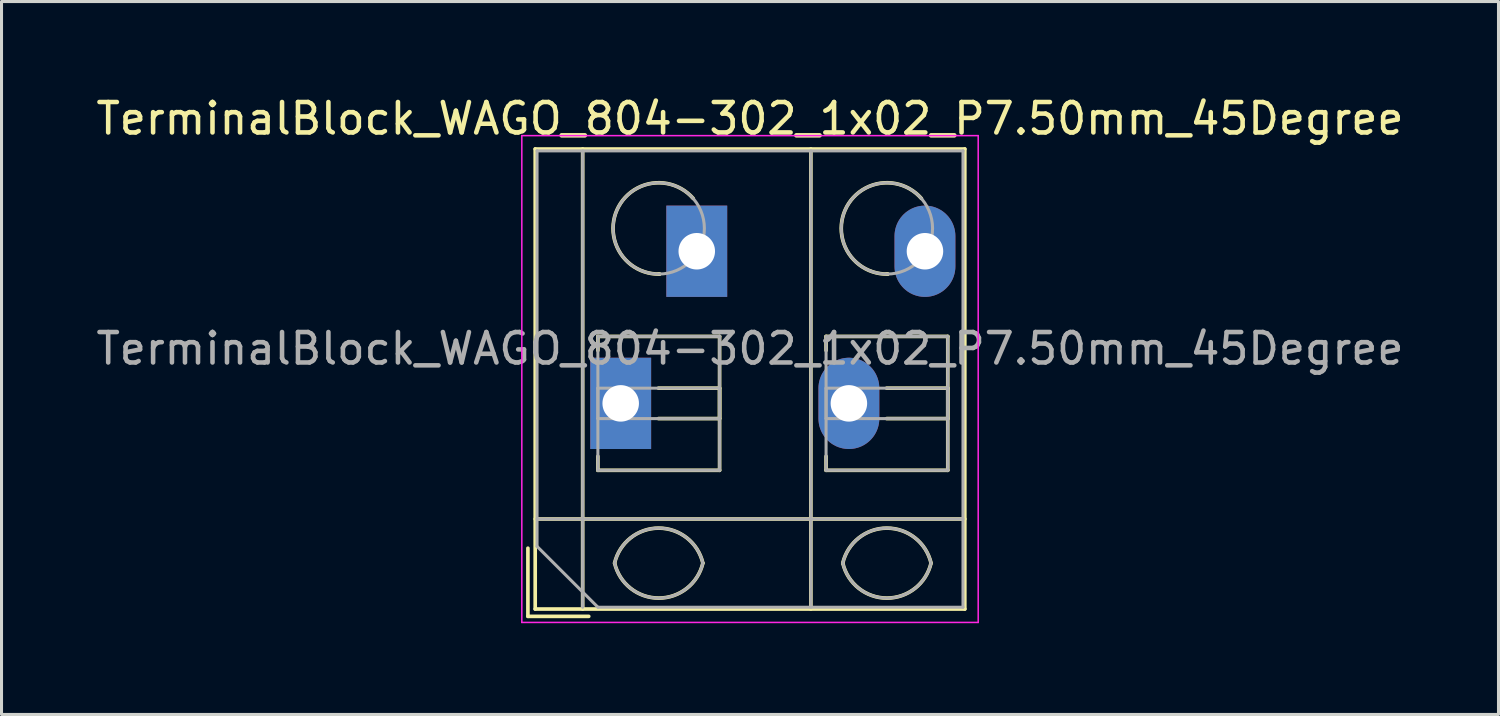
<source format=kicad_pcb>
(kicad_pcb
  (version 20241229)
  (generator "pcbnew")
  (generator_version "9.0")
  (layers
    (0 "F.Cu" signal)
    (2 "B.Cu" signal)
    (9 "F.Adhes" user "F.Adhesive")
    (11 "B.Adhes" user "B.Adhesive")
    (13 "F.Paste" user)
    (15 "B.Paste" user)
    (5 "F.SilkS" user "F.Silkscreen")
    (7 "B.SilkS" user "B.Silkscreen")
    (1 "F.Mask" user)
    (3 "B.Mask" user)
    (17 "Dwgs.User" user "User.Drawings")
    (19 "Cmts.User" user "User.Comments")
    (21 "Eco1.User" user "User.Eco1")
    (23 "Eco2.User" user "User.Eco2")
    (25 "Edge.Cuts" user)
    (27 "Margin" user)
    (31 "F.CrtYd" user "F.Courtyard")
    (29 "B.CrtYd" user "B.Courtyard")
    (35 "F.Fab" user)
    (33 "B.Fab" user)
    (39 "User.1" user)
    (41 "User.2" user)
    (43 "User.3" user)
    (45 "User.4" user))
  (footprint "TerminalBlock_WAGO_804-302_1x02_P7.50mm_45Degree"
    (layer "F.Cu")
    (at 17.351 10.208)
    (property "Reference" "TerminalBlock_WAGO_804-302_1x02_P7.50mm_45Degree" (at 4.25 -9.36 0) (layer "F.SilkS") (effects (font (size 1 1) (thickness 0.15))))
    (attr through_hole)
    (fp_line (start -3.05 4.76) (end -3.05 7) (stroke (width 0.12) (type solid)) (layer "F.SilkS"))
    (fp_line (start -3.05 7) (end -1.05 7) (stroke (width 0.12) (type solid)) (layer "F.SilkS"))
    (fp_line (start -2.81 -8.361) (end -2.81 6.76) (stroke (width 0.12) (type solid)) (layer "F.SilkS"))
    (fp_line (start -2.81 -8.361) (end 11.31 -8.361) (stroke (width 0.12) (type solid)) (layer "F.SilkS"))
    (fp_line (start -2.81 3.8) (end 11.31 3.8) (stroke (width 0.12) (type solid)) (layer "F.SilkS"))
    (fp_line (start -2.81 6.76) (end 11.31 6.76) (stroke (width 0.12) (type solid)) (layer "F.SilkS"))
    (fp_line (start -1.25 -8.361) (end -1.25 6.76) (stroke (width 0.12) (type solid)) (layer "F.SilkS"))
    (fp_line (start -0.75 -2.2) (end -0.75 -1.74) (stroke (width 0.12) (type solid)) (layer "F.SilkS"))
    (fp_line (start -0.75 -2.2) (end 3.25 -2.2) (stroke (width 0.12) (type solid)) (layer "F.SilkS"))
    (fp_line (start -0.75 1.74) (end -0.75 2.2) (stroke (width 0.12) (type solid)) (layer "F.SilkS"))
    (fp_line (start -0.75 2.2) (end 3.25 2.2) (stroke (width 0.12) (type solid)) (layer "F.SilkS"))
    (fp_line (start 1.24 -0.5) (end 3.25 -0.5) (stroke (width 0.12) (type solid)) (layer "F.SilkS"))
    (fp_line (start 1.24 0.5) (end 3.25 0.5) (stroke (width 0.12) (type solid)) (layer "F.SilkS"))
    (fp_line (start 3.25 -2.2) (end 3.25 2.2) (stroke (width 0.12) (type solid)) (layer "F.SilkS"))
    (fp_line (start 3.25 -0.5) (end 3.25 0.5) (stroke (width 0.12) (type solid)) (layer "F.SilkS"))
    (fp_line (start 6.25 -8.361) (end 6.25 6.76) (stroke (width 0.12) (type solid)) (layer "F.SilkS"))
    (fp_line (start 6.75 -2.2) (end 6.75 -1.74) (stroke (width 0.12) (type solid)) (layer "F.SilkS"))
    (fp_line (start 6.75 -2.2) (end 10.75 -2.2) (stroke (width 0.12) (type solid)) (layer "F.SilkS"))
    (fp_line (start 6.75 1.74) (end 6.75 2.2) (stroke (width 0.12) (type solid)) (layer "F.SilkS"))
    (fp_line (start 6.75 2.2) (end 10.75 2.2) (stroke (width 0.12) (type solid)) (layer "F.SilkS"))
    (fp_line (start 8.74 -0.5) (end 10.75 -0.5) (stroke (width 0.12) (type solid)) (layer "F.SilkS"))
    (fp_line (start 8.74 0.5) (end 10.75 0.5) (stroke (width 0.12) (type solid)) (layer "F.SilkS"))
    (fp_line (start 10.75 -2.2) (end 10.75 2.2) (stroke (width 0.12) (type solid)) (layer "F.SilkS"))
    (fp_line (start 10.75 -0.5) (end 10.75 0.5) (stroke (width 0.12) (type solid)) (layer "F.SilkS"))
    (fp_line (start 11.31 -8.361) (end 11.31 6.76) (stroke (width 0.12) (type solid)) (layer "F.SilkS"))
    (fp_arc (start -0.200865 5.250424) (mid 1.250296 4.099926) (end 2.701 5.251) (stroke (width 0.12) (type solid)) (layer "F.SilkS"))
    (fp_arc (start 1.276179 -4.250228) (mid 1.26309 -4.250057) (end 1.25 -4.25) (stroke (width 0.12) (type solid)) (layer "F.SilkS"))
    (fp_arc (start 1.276275 -4.248926) (mid -0.121539 -6.360568) (end 2.383 -6.735) (stroke (width 0.12) (type solid)) (layer "F.SilkS"))
    (fp_arc (start 2.7 5.25) (mid 1.250068 6.400101) (end -0.199969 5.250133) (stroke (width 0.12) (type solid)) (layer "F.SilkS"))
    (fp_arc (start 7.299135 5.250424) (mid 8.750296 4.099926) (end 10.201 5.251) (stroke (width 0.12) (type solid)) (layer "F.SilkS"))
    (fp_arc (start 8.776179 -4.250228) (mid 8.76309 -4.250057) (end 8.75 -4.25) (stroke (width 0.12) (type solid)) (layer "F.SilkS"))
    (fp_arc (start 8.776275 -4.248926) (mid 7.378461 -6.360568) (end 9.883 -6.735) (stroke (width 0.12) (type solid)) (layer "F.SilkS"))
    (fp_arc (start 10.2 5.25) (mid 8.750068 6.400101) (end 7.300031 5.250133) (stroke (width 0.12) (type solid)) (layer "F.SilkS"))
    (fp_line (start -3.25 -8.8) (end -3.25 7.2) (stroke (width 0.05) (type solid)) (layer "F.CrtYd"))
    (fp_line (start -3.25 7.2) (end 11.75 7.2) (stroke (width 0.05) (type solid)) (layer "F.CrtYd"))
    (fp_line (start 11.75 -8.8) (end -3.25 -8.8) (stroke (width 0.05) (type solid)) (layer "F.CrtYd"))
    (fp_line (start 11.75 7.2) (end 11.75 -8.8) (stroke (width 0.05) (type solid)) (layer "F.CrtYd"))
    (fp_line (start -2.75 -8.3) (end 11.25 -8.3) (stroke (width 0.1) (type solid)) (layer "F.Fab"))
    (fp_line (start -2.75 3.8) (end 11.25 3.8) (stroke (width 0.1) (type solid)) (layer "F.Fab"))
    (fp_line (start -2.75 4.7) (end -2.75 -8.3) (stroke (width 0.1) (type solid)) (layer "F.Fab"))
    (fp_line (start -1.25 -8.3) (end -1.25 6.7) (stroke (width 0.1) (type solid)) (layer "F.Fab"))
    (fp_line (start -0.75 -2.2) (end -0.75 2.2) (stroke (width 0.1) (type solid)) (layer "F.Fab"))
    (fp_line (start -0.75 -0.5) (end -0.75 0.5) (stroke (width 0.1) (type solid)) (layer "F.Fab"))
    (fp_line (start -0.75 0.5) (end 3.25 0.5) (stroke (width 0.1) (type solid)) (layer "F.Fab"))
    (fp_line (start -0.75 2.2) (end 3.25 2.2) (stroke (width 0.1) (type solid)) (layer "F.Fab"))
    (fp_line (start -0.75 6.7) (end -2.75 4.7) (stroke (width 0.1) (type solid)) (layer "F.Fab"))
    (fp_line (start 3.25 -2.2) (end -0.75 -2.2) (stroke (width 0.1) (type solid)) (layer "F.Fab"))
    (fp_line (start 3.25 -0.5) (end -0.75 -0.5) (stroke (width 0.1) (type solid)) (layer "F.Fab"))
    (fp_line (start 3.25 0.5) (end 3.25 -0.5) (stroke (width 0.1) (type solid)) (layer "F.Fab"))
    (fp_line (start 3.25 2.2) (end 3.25 -2.2) (stroke (width 0.1) (type solid)) (layer "F.Fab"))
    (fp_line (start 6.25 -8.3) (end 6.25 6.7) (stroke (width 0.1) (type solid)) (layer "F.Fab"))
    (fp_line (start 6.75 -2.2) (end 6.75 2.2) (stroke (width 0.1) (type solid)) (layer "F.Fab"))
    (fp_line (start 6.75 -0.5) (end 6.75 0.5) (stroke (width 0.1) (type solid)) (layer "F.Fab"))
    (fp_line (start 6.75 0.5) (end 10.75 0.5) (stroke (width 0.1) (type solid)) (layer "F.Fab"))
    (fp_line (start 6.75 2.2) (end 10.75 2.2) (stroke (width 0.1) (type solid)) (layer "F.Fab"))
    (fp_line (start 10.75 -2.2) (end 6.75 -2.2) (stroke (width 0.1) (type solid)) (layer "F.Fab"))
    (fp_line (start 10.75 -0.5) (end 6.75 -0.5) (stroke (width 0.1) (type solid)) (layer "F.Fab"))
    (fp_line (start 10.75 0.5) (end 10.75 -0.5) (stroke (width 0.1) (type solid)) (layer "F.Fab"))
    (fp_line (start 10.75 2.2) (end 10.75 -2.2) (stroke (width 0.1) (type solid)) (layer "F.Fab"))
    (fp_line (start 11.25 -8.3) (end 11.25 6.7) (stroke (width 0.1) (type solid)) (layer "F.Fab"))
    (fp_line (start 11.25 6.7) (end -0.75 6.7) (stroke (width 0.1) (type solid)) (layer "F.Fab"))
    (fp_arc (start -0.200865 5.250424) (mid 1.250296 4.099926) (end 2.701 5.251) (stroke (width 0.1) (type solid)) (layer "F.Fab"))
    (fp_arc (start 2.7 5.25) (mid 1.250068 6.400101) (end -0.199969 5.250133) (stroke (width 0.1) (type solid)) (layer "F.Fab"))
    (fp_arc (start 7.299135 5.250424) (mid 8.750296 4.099926) (end 10.201 5.251) (stroke (width 0.1) (type solid)) (layer "F.Fab"))
    (fp_arc (start 10.2 5.25) (mid 8.750068 6.400101) (end 7.300031 5.250133) (stroke (width 0.1) (type solid)) (layer "F.Fab"))
    (fp_circle (center 1.25 -5.75) (end 2.75 -5.75) (stroke (width 0.1) (type solid)) (fill no) (layer "F.Fab"))
    (fp_circle (center 8.75 -5.75) (end 10.25 -5.75) (stroke (width 0.1) (type solid)) (fill no) (layer "F.Fab"))
    (fp_text user "${REFERENCE}" (at 4.25 -1.8 0) (layer "F.Fab") (effects (font (size 1 1) (thickness 0.15))))
    (pad "1" thru_hole rect (at 0 0) (size 2 3) (drill 1.2) (layers "*.Cu" "*.Mask"))
    (pad "1" thru_hole rect (at 2.5 -5) (size 2 3) (drill 1.2) (layers "*.Cu" "*.Mask"))
    (pad "2" thru_hole oval (at 7.5 0) (size 2 3) (drill 1.2) (layers "*.Cu" "*.Mask"))
    (pad "2" thru_hole oval (at 10 -5) (size 2 3) (drill 1.2) (layers "*.Cu" "*.Mask")))
  (gr_rect
    (start -3 -3)
    (end 46.202 20.433)
    (stroke (width 0.1) (type default))
    (fill no)
    (layer "Edge.Cuts")))
</source>
